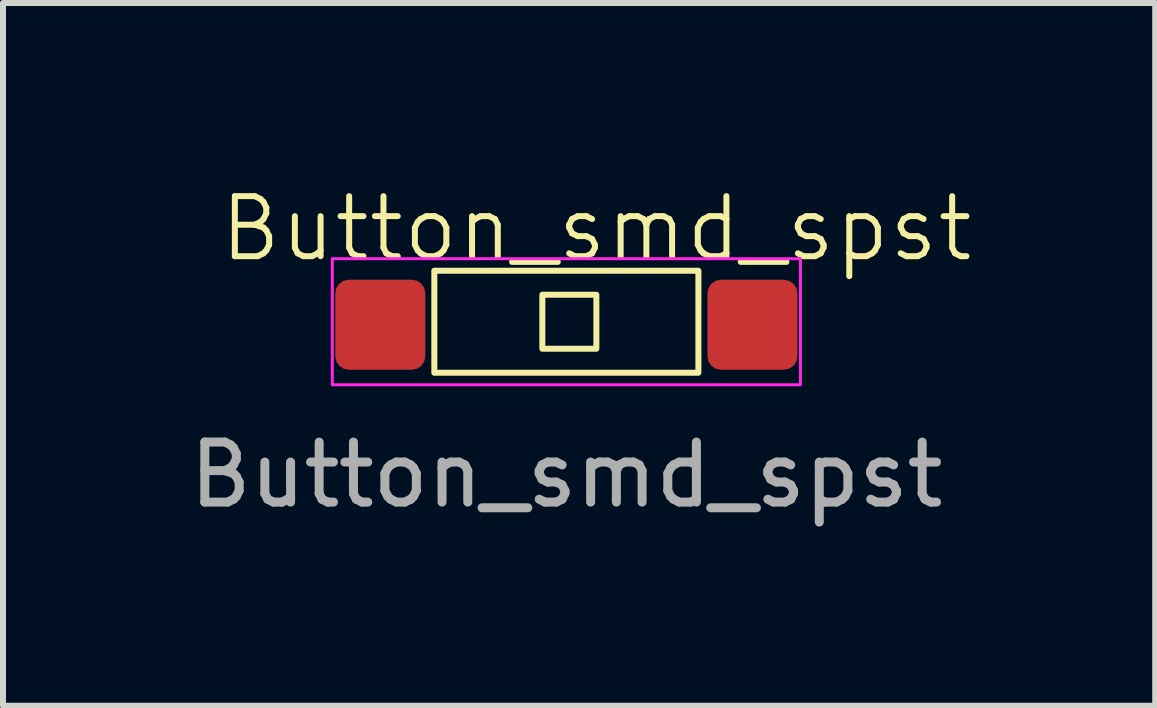
<source format=kicad_pcb>
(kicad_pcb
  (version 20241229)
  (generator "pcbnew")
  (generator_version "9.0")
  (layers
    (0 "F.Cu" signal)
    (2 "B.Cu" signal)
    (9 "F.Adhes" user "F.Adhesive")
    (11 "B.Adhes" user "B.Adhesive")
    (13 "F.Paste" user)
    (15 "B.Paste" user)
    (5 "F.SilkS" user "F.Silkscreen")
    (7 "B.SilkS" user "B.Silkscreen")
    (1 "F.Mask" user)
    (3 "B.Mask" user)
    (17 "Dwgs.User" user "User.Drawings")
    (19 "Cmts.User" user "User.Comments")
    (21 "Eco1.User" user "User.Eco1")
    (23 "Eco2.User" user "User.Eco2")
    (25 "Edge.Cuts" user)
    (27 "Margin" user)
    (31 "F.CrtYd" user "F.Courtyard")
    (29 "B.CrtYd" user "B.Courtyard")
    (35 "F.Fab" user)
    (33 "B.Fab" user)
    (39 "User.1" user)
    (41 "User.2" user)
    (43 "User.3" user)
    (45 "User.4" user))
  (footprint "Button_smd_spst"
    (layer "F.Cu")
    (at 6.387 2.361)
    (property "Reference" "Button_smd_spst" (at 0.5 -1.6 0) (unlocked yes) (layer "F.SilkS") (effects (font (size 1 1) (thickness 0.1))))
    (attr smd)
    (fp_rect (start -2.2 -0.9) (end 2.2 0.8) (stroke (width 0.1) (type default)) (fill no) (layer "F.SilkS"))
    (fp_rect (start -0.4 -0.5) (end 0.5 0.4) (stroke (width 0.1) (type solid)) (fill no) (layer "F.SilkS"))
    (fp_rect (start -3.9 -1.1) (end 3.9 1) (stroke (width 0.05) (type default)) (fill no) (layer "F.CrtYd"))
    (fp_text user "${REFERENCE}" (at 0 2.5 0) (unlocked yes) (layer "F.Fab") (effects (font (size 1 1) (thickness 0.15))))
    (pad "1" smd roundrect (at -3.1 0) (size 1.5 1.5) (layers "F.Cu" "F.Mask" "F.Paste") (roundrect_rratio 0.15))
    (pad "2" smd roundrect (at 3.1 0) (size 1.5 1.5) (layers "F.Cu" "F.Mask" "F.Paste") (roundrect_rratio 0.15)))
  (gr_rect
    (start -3 -3)
    (end 16.199 8.709)
    (stroke (width 0.1) (type default))
    (fill no)
    (layer "Edge.Cuts")))
</source>
